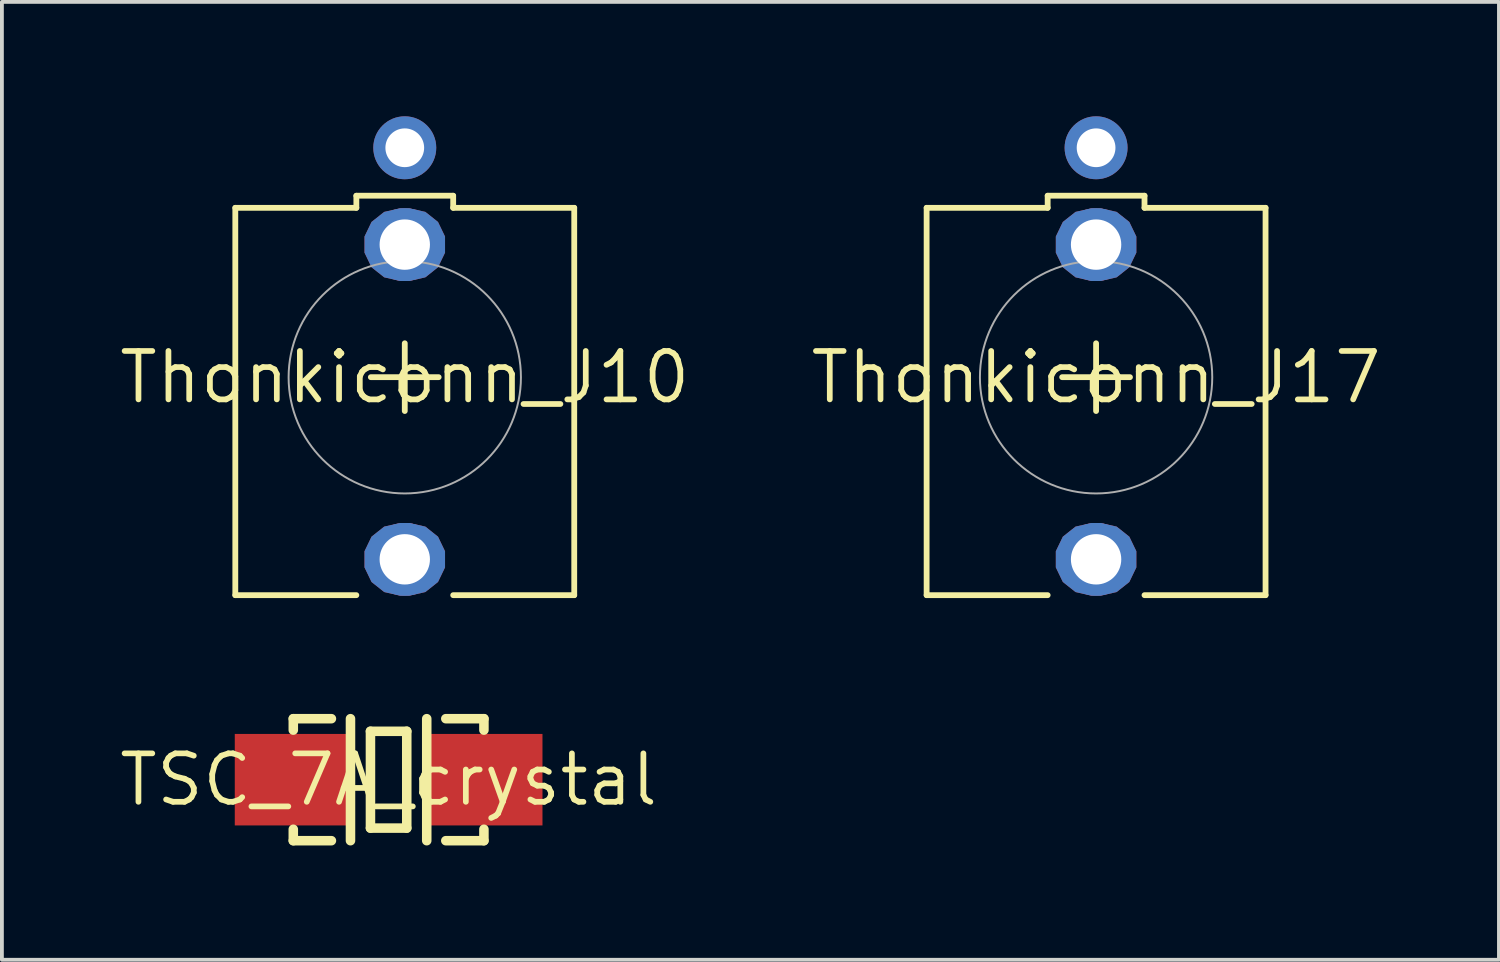
<source format=kicad_pcb>
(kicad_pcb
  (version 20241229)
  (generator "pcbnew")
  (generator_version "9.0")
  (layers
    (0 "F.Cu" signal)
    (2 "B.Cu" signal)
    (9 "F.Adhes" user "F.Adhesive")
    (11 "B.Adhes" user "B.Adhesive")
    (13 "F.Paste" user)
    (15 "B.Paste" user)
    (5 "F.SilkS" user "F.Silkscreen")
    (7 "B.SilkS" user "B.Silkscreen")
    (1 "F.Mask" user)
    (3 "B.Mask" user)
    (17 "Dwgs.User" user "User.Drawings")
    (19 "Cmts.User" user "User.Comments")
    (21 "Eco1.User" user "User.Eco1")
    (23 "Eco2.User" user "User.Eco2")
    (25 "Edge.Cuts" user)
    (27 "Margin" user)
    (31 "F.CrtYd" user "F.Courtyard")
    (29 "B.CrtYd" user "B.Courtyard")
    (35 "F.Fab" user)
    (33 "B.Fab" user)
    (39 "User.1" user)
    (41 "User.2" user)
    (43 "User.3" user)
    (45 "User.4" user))
  (footprint "Thonkiconn_J17"
    (layer "F.Cu")
    (at 25.7 6.846)
    (property "Reference" "Thonkiconn_J17" (at 0 0 0) (layer "F.SilkS") (effects (font (size 1.27 1.27) (thickness 0.15))))
    (fp_poly (pts (xy 0.54 -4.338) (xy 0.872 -4.074) (xy 1.056 -3.692) (xy 1.056 -3.268) (xy 0.872 -2.886) (xy 0.54 -2.622) (xy 0.127 -2.527) (xy -0.127 -2.527) (xy -0.54 -2.622) (xy -0.872 -2.886) (xy -1.056 -3.268) (xy -1.056 -3.692) (xy -0.872 -4.074) (xy -0.54 -4.338) (xy -0.127 -4.432) (xy 0.127 -4.432)) (stroke (width 0) (type default)) (fill yes) (layer "F.Cu"))
    (fp_poly (pts (xy 0.54 3.917) (xy 0.872 4.181) (xy 1.056 4.563) (xy 1.056 4.987) (xy 0.872 5.369) (xy 0.54 5.633) (xy 0.127 5.728) (xy -0.127 5.728) (xy -0.54 5.633) (xy -0.872 5.369) (xy -1.056 4.987) (xy -1.056 4.563) (xy -0.872 4.181) (xy -0.54 3.917) (xy -0.127 3.823) (xy 0.127 3.823)) (stroke (width 0) (type default)) (fill yes) (layer "F.Cu"))
    (fp_poly (pts (xy 0.585 -4.433) (xy 0.954 -4.14) (xy 1.158 -3.715) (xy 1.158 -3.245) (xy 0.954 -2.82) (xy 0.585 -2.527) (xy 0.138 -2.425) (xy -0.138 -2.425) (xy -0.585 -2.527) (xy -0.954 -2.82) (xy -1.158 -3.245) (xy -1.158 -3.715) (xy -0.954 -4.14) (xy -0.585 -4.433) (xy -0.138 -4.535) (xy 0.138 -4.535)) (stroke (width 0) (type default)) (fill yes) (layer "F.Mask"))
    (fp_poly (pts (xy 0.585 3.822) (xy 0.954 4.115) (xy 1.158 4.54) (xy 1.158 5.01) (xy 0.954 5.435) (xy 0.585 5.728) (xy 0.138 5.83) (xy -0.138 5.83) (xy -0.585 5.728) (xy -0.954 5.435) (xy -1.158 5.01) (xy -1.158 4.54) (xy -0.954 4.115) (xy -0.585 3.822) (xy -0.138 3.72) (xy 0.138 3.72)) (stroke (width 0) (type default)) (fill yes) (layer "F.Mask"))
    (fp_poly (pts (xy 0.54 -4.338) (xy 0.872 -4.074) (xy 1.056 -3.692) (xy 1.056 -3.268) (xy 0.872 -2.886) (xy 0.54 -2.622) (xy 0.127 -2.527) (xy -0.127 -2.527) (xy -0.54 -2.622) (xy -0.872 -2.886) (xy -1.056 -3.268) (xy -1.056 -3.692) (xy -0.872 -4.074) (xy -0.54 -4.338) (xy -0.127 -4.432) (xy 0.127 -4.432)) (stroke (width 0) (type default)) (fill yes) (layer "B.Cu"))
    (fp_poly (pts (xy 0.54 3.917) (xy 0.872 4.181) (xy 1.056 4.563) (xy 1.056 4.987) (xy 0.872 5.369) (xy 0.54 5.633) (xy 0.127 5.728) (xy -0.127 5.728) (xy -0.54 5.633) (xy -0.872 5.369) (xy -1.056 4.987) (xy -1.056 4.563) (xy -0.872 4.181) (xy -0.54 3.917) (xy -0.127 3.823) (xy 0.127 3.823)) (stroke (width 0) (type default)) (fill yes) (layer "B.Cu"))
    (fp_poly (pts (xy 0.585 -4.433) (xy 0.954 -4.14) (xy 1.158 -3.715) (xy 1.158 -3.245) (xy 0.954 -2.82) (xy 0.585 -2.527) (xy 0.138 -2.425) (xy -0.138 -2.425) (xy -0.585 -2.527) (xy -0.954 -2.82) (xy -1.158 -3.245) (xy -1.158 -3.715) (xy -0.954 -4.14) (xy -0.585 -4.433) (xy -0.138 -4.535) (xy 0.138 -4.535)) (stroke (width 0) (type default)) (fill yes) (layer "B.Mask"))
    (fp_poly (pts (xy 0.585 3.822) (xy 0.954 4.115) (xy 1.158 4.54) (xy 1.158 5.01) (xy 0.954 5.435) (xy 0.585 5.728) (xy 0.138 5.83) (xy -0.138 5.83) (xy -0.585 5.728) (xy -0.954 5.435) (xy -1.158 5.01) (xy -1.158 4.54) (xy -0.954 4.115) (xy -0.585 3.822) (xy -0.138 3.72) (xy 0.138 3.72)) (stroke (width 0) (type default)) (fill yes) (layer "B.Mask"))
    (fp_line (start -4.445 -4.445) (end -4.445 5.715) (stroke (width 0.152) (type solid)) (layer "F.SilkS"))
    (fp_line (start -1.27 -4.762) (end 1.27 -4.762) (stroke (width 0.152) (type solid)) (layer "F.SilkS"))
    (fp_line (start -1.27 -4.445) (end -4.445 -4.445) (stroke (width 0.152) (type solid)) (layer "F.SilkS"))
    (fp_line (start -1.27 -4.445) (end -1.27 -4.762) (stroke (width 0.152) (type solid)) (layer "F.SilkS"))
    (fp_line (start -1.27 5.715) (end -4.445 5.715) (stroke (width 0.152) (type solid)) (layer "F.SilkS"))
    (fp_line (start -0.89 -0.003) (end 0.889 -0.003) (stroke (width 0.152) (type solid)) (layer "F.SilkS"))
    (fp_line (start 0 0.885) (end 0 -0.892) (stroke (width 0.152) (type solid)) (layer "F.SilkS"))
    (fp_line (start 1.27 -4.762) (end 1.27 -4.445) (stroke (width 0.152) (type solid)) (layer "F.SilkS"))
    (fp_line (start 1.27 -4.445) (end 4.445 -4.445) (stroke (width 0.152) (type solid)) (layer "F.SilkS"))
    (fp_line (start 1.27 5.715) (end 4.445 5.715) (stroke (width 0.152) (type solid)) (layer "F.SilkS"))
    (fp_line (start 4.445 5.715) (end 4.445 -4.445) (stroke (width 0.152) (type solid)) (layer "F.SilkS"))
    (fp_circle (center 0 0) (end 3.047 0) (stroke (width 0.051) (type solid)) (fill no) (layer "F.Fab"))
    (pad "1" thru_hole circle (at 0 -3.48) (size 1.905 1.905) (drill 1.321) (layers "*.Cu"))
    (pad "2" thru_hole circle (at 0 4.775) (size 1.905 1.905) (drill 1.321) (layers "*.Cu"))
    (pad "3" thru_hole circle (at 0 -6.02) (size 1.651 1.651) (drill 1.016) (layers "*.Cu" "*.Mask"))
    (zone (net_name "") (layer "F.Cu") (hatch edge 0.5) (connect_pads) (min_thickness 0.25) (filled_areas_thickness no) (keepout (tracks not_allowed) (vias not_allowed) (pads not_allowed) (copperpour not_allowed) (footprints allowed)) (placement (enabled no)) (fill) (polygon (pts (xy 26.942 6.845) (xy 26.922 6.623) (xy 26.863 6.408) (xy 26.767 6.207) (xy 26.636 6.027) (xy 26.475 5.873) (xy 26.289 5.751) (xy 26.084 5.663) (xy 25.867 5.614) (xy 25.645 5.604) (xy 25.424 5.634) (xy 25.212 5.702) (xy 25.016 5.808) (xy 24.842 5.947) (xy 24.696 6.114) (xy 24.581 6.306) (xy 24.503 6.514) (xy 24.463 6.733) (xy 24.463 6.956) (xy 24.503 7.175) (xy 24.581 7.383) (xy 24.696 7.575) (xy 24.842 7.742) (xy 25.016 7.881) (xy 25.212 7.987) (xy 25.424 8.055) (xy 25.645 8.085) (xy 25.867 8.075) (xy 26.084 8.026) (xy 26.289 7.938) (xy 26.475 7.816) (xy 26.636 7.662) (xy 26.767 7.482) (xy 26.863 7.281) (xy 26.922 7.066))) (polygon (pts (xy 26.692 6.845) (xy 26.672 6.645) (xy 26.612 6.453) (xy 26.515 6.278) (xy 26.384 6.126) (xy 26.225 6.003) (xy 26.045 5.914) (xy 25.851 5.864) (xy 25.65 5.854) (xy 25.452 5.884) (xy 25.264 5.954) (xy 25.093 6.06) (xy 24.948 6.198) (xy 24.833 6.363) (xy 24.754 6.548) (xy 24.714 6.744) (xy 24.714 6.945) (xy 24.754 7.141) (xy 24.833 7.326) (xy 24.948 7.491) (xy 25.093 7.629) (xy 25.264 7.735) (xy 25.452 7.805) (xy 25.65 7.835) (xy 25.851 7.825) (xy 26.045 7.775) (xy 26.225 7.686) (xy 26.384 7.563) (xy 26.515 7.411) (xy 26.612 7.236) (xy 26.672 7.044)))))
  (footprint "TSC_7A_crystal"
    (layer "F.Cu")
    (at 7.143 17.401)
    (property "Reference" "TSC_7A_crystal" (at 0 0 0) (layer "F.SilkS") (effects (font (size 1.27 1.27) (thickness 0.15))))
    (fp_line (start -2.5 -1.6) (end -2.5 -1.3) (stroke (width 0.25) (type solid)) (layer "F.SilkS"))
    (fp_line (start -2.5 -1.6) (end -1.5 -1.6) (stroke (width 0.25) (type solid)) (layer "F.SilkS"))
    (fp_line (start -2.5 1.6) (end -2.5 1.3) (stroke (width 0.25) (type solid)) (layer "F.SilkS"))
    (fp_line (start -1.5 1.6) (end -2.5 1.6) (stroke (width 0.25) (type solid)) (layer "F.SilkS"))
    (fp_line (start -1 -1.6) (end -1 1.6) (stroke (width 0.25) (type solid)) (layer "F.SilkS"))
    (fp_line (start -0.476 -1.27) (end -0.476 1.27) (stroke (width 0.25) (type solid)) (layer "F.SilkS"))
    (fp_line (start -0.476 -1.27) (end 0.476 -1.27) (stroke (width 0.25) (type solid)) (layer "F.SilkS"))
    (fp_line (start -0.476 1.27) (end 0.476 1.27) (stroke (width 0.25) (type solid)) (layer "F.SilkS"))
    (fp_line (start 0.476 1.27) (end 0.476 -1.27) (stroke (width 0.25) (type solid)) (layer "F.SilkS"))
    (fp_line (start 1 -1.6) (end 1 1.6) (stroke (width 0.25) (type solid)) (layer "F.SilkS"))
    (fp_line (start 1.5 1.6) (end 2.5 1.6) (stroke (width 0.25) (type solid)) (layer "F.SilkS"))
    (fp_line (start 2.5 -1.6) (end 1.5 -1.6) (stroke (width 0.25) (type solid)) (layer "F.SilkS"))
    (fp_line (start 2.5 -1.6) (end 2.5 -1.3) (stroke (width 0.25) (type solid)) (layer "F.SilkS"))
    (fp_line (start 2.5 1.6) (end 2.5 1.3) (stroke (width 0.25) (type solid)) (layer "F.SilkS"))
    (pad "1" smd rect (at 2.536 0) (size 3 2.4) (layers "F.Cu" "F.Mask" "F.Paste"))
    (pad "2" smd rect (at -2.535 0) (size 3 2.4) (layers "F.Cu" "F.Mask" "F.Paste")))
  (footprint "Thonkiconn_J10"
    (layer "F.Cu")
    (at 7.567 6.846)
    (property "Reference" "Thonkiconn_J10" (at 0 0 0) (layer "F.SilkS") (effects (font (size 1.27 1.27) (thickness 0.15))))
    (fp_poly (pts (xy 0.54 -4.338) (xy 0.872 -4.074) (xy 1.056 -3.692) (xy 1.056 -3.268) (xy 0.872 -2.886) (xy 0.54 -2.622) (xy 0.127 -2.527) (xy -0.127 -2.527) (xy -0.54 -2.622) (xy -0.872 -2.886) (xy -1.056 -3.268) (xy -1.056 -3.692) (xy -0.872 -4.074) (xy -0.54 -4.338) (xy -0.127 -4.432) (xy 0.127 -4.432)) (stroke (width 0) (type default)) (fill yes) (layer "F.Cu"))
    (fp_poly (pts (xy 0.54 3.917) (xy 0.872 4.181) (xy 1.056 4.563) (xy 1.056 4.987) (xy 0.872 5.369) (xy 0.54 5.633) (xy 0.127 5.728) (xy -0.127 5.728) (xy -0.54 5.633) (xy -0.872 5.369) (xy -1.056 4.987) (xy -1.056 4.563) (xy -0.872 4.181) (xy -0.54 3.917) (xy -0.127 3.823) (xy 0.127 3.823)) (stroke (width 0) (type default)) (fill yes) (layer "F.Cu"))
    (fp_poly (pts (xy 0.585 -4.433) (xy 0.954 -4.14) (xy 1.158 -3.715) (xy 1.158 -3.245) (xy 0.954 -2.82) (xy 0.585 -2.527) (xy 0.138 -2.425) (xy -0.138 -2.425) (xy -0.585 -2.527) (xy -0.954 -2.82) (xy -1.158 -3.245) (xy -1.158 -3.715) (xy -0.954 -4.14) (xy -0.585 -4.433) (xy -0.138 -4.535) (xy 0.138 -4.535)) (stroke (width 0) (type default)) (fill yes) (layer "F.Mask"))
    (fp_poly (pts (xy 0.585 3.822) (xy 0.954 4.115) (xy 1.158 4.54) (xy 1.158 5.01) (xy 0.954 5.435) (xy 0.585 5.728) (xy 0.138 5.83) (xy -0.138 5.83) (xy -0.585 5.728) (xy -0.954 5.435) (xy -1.158 5.01) (xy -1.158 4.54) (xy -0.954 4.115) (xy -0.585 3.822) (xy -0.138 3.72) (xy 0.138 3.72)) (stroke (width 0) (type default)) (fill yes) (layer "F.Mask"))
    (fp_poly (pts (xy 0.54 -4.338) (xy 0.872 -4.074) (xy 1.056 -3.692) (xy 1.056 -3.268) (xy 0.872 -2.886) (xy 0.54 -2.622) (xy 0.127 -2.527) (xy -0.127 -2.527) (xy -0.54 -2.622) (xy -0.872 -2.886) (xy -1.056 -3.268) (xy -1.056 -3.692) (xy -0.872 -4.074) (xy -0.54 -4.338) (xy -0.127 -4.432) (xy 0.127 -4.432)) (stroke (width 0) (type default)) (fill yes) (layer "B.Cu"))
    (fp_poly (pts (xy 0.54 3.917) (xy 0.872 4.181) (xy 1.056 4.563) (xy 1.056 4.987) (xy 0.872 5.369) (xy 0.54 5.633) (xy 0.127 5.728) (xy -0.127 5.728) (xy -0.54 5.633) (xy -0.872 5.369) (xy -1.056 4.987) (xy -1.056 4.563) (xy -0.872 4.181) (xy -0.54 3.917) (xy -0.127 3.823) (xy 0.127 3.823)) (stroke (width 0) (type default)) (fill yes) (layer "B.Cu"))
    (fp_poly (pts (xy 0.585 -4.433) (xy 0.954 -4.14) (xy 1.158 -3.715) (xy 1.158 -3.245) (xy 0.954 -2.82) (xy 0.585 -2.527) (xy 0.138 -2.425) (xy -0.138 -2.425) (xy -0.585 -2.527) (xy -0.954 -2.82) (xy -1.158 -3.245) (xy -1.158 -3.715) (xy -0.954 -4.14) (xy -0.585 -4.433) (xy -0.138 -4.535) (xy 0.138 -4.535)) (stroke (width 0) (type default)) (fill yes) (layer "B.Mask"))
    (fp_poly (pts (xy 0.585 3.822) (xy 0.954 4.115) (xy 1.158 4.54) (xy 1.158 5.01) (xy 0.954 5.435) (xy 0.585 5.728) (xy 0.138 5.83) (xy -0.138 5.83) (xy -0.585 5.728) (xy -0.954 5.435) (xy -1.158 5.01) (xy -1.158 4.54) (xy -0.954 4.115) (xy -0.585 3.822) (xy -0.138 3.72) (xy 0.138 3.72)) (stroke (width 0) (type default)) (fill yes) (layer "B.Mask"))
    (fp_line (start -4.445 -4.445) (end -4.445 5.715) (stroke (width 0.152) (type solid)) (layer "F.SilkS"))
    (fp_line (start -1.27 -4.762) (end 1.27 -4.762) (stroke (width 0.152) (type solid)) (layer "F.SilkS"))
    (fp_line (start -1.27 -4.445) (end -4.445 -4.445) (stroke (width 0.152) (type solid)) (layer "F.SilkS"))
    (fp_line (start -1.27 -4.445) (end -1.27 -4.762) (stroke (width 0.152) (type solid)) (layer "F.SilkS"))
    (fp_line (start -1.27 5.715) (end -4.445 5.715) (stroke (width 0.152) (type solid)) (layer "F.SilkS"))
    (fp_line (start -0.89 -0.003) (end 0.889 -0.003) (stroke (width 0.152) (type solid)) (layer "F.SilkS"))
    (fp_line (start 0 0.885) (end 0 -0.892) (stroke (width 0.152) (type solid)) (layer "F.SilkS"))
    (fp_line (start 1.27 -4.762) (end 1.27 -4.445) (stroke (width 0.152) (type solid)) (layer "F.SilkS"))
    (fp_line (start 1.27 -4.445) (end 4.445 -4.445) (stroke (width 0.152) (type solid)) (layer "F.SilkS"))
    (fp_line (start 1.27 5.715) (end 4.445 5.715) (stroke (width 0.152) (type solid)) (layer "F.SilkS"))
    (fp_line (start 4.445 5.715) (end 4.445 -4.445) (stroke (width 0.152) (type solid)) (layer "F.SilkS"))
    (fp_circle (center 0 0) (end 3.047 0) (stroke (width 0.051) (type solid)) (fill no) (layer "F.Fab"))
    (pad "1" thru_hole circle (at 0 -3.48) (size 1.905 1.905) (drill 1.321) (layers "*.Cu"))
    (pad "2" thru_hole circle (at 0 4.775) (size 1.905 1.905) (drill 1.321) (layers "*.Cu"))
    (pad "3" thru_hole circle (at 0 -6.02) (size 1.651 1.651) (drill 1.016) (layers "*.Cu" "*.Mask"))
    (zone (net_name "") (layer "F.Cu") (hatch edge 0.5) (connect_pads) (min_thickness 0.25) (filled_areas_thickness no) (keepout (tracks not_allowed) (vias not_allowed) (pads not_allowed) (copperpour not_allowed) (footprints allowed)) (placement (enabled no)) (fill) (polygon (pts (xy 8.81 6.845) (xy 8.79 6.623) (xy 8.731 6.408) (xy 8.634 6.207) (xy 8.503 6.027) (xy 8.342 5.873) (xy 8.156 5.75) (xy 7.951 5.662) (xy 7.734 5.613) (xy 7.511 5.603) (xy 7.29 5.633) (xy 7.078 5.702) (xy 6.882 5.807) (xy 6.708 5.946) (xy 6.561 6.114) (xy 6.447 6.305) (xy 6.369 6.514) (xy 6.329 6.733) (xy 6.329 6.956) (xy 6.369 7.175) (xy 6.447 7.384) (xy 6.561 7.575) (xy 6.708 7.743) (xy 6.882 7.882) (xy 7.078 7.987) (xy 7.29 8.056) (xy 7.511 8.086) (xy 7.734 8.076) (xy 7.951 8.027) (xy 8.156 7.939) (xy 8.342 7.816) (xy 8.503 7.662) (xy 8.634 7.482) (xy 8.731 7.281) (xy 8.79 7.066))) (polygon (pts (xy 8.56 6.845) (xy 8.539 6.645) (xy 8.479 6.453) (xy 8.382 6.277) (xy 8.251 6.125) (xy 8.092 6.002) (xy 7.912 5.913) (xy 7.717 5.863) (xy 7.517 5.853) (xy 7.318 5.883) (xy 7.129 5.953) (xy 6.959 6.059) (xy 6.813 6.198) (xy 6.699 6.363) (xy 6.619 6.547) (xy 6.579 6.744) (xy 6.579 6.945) (xy 6.619 7.142) (xy 6.699 7.326) (xy 6.813 7.491) (xy 6.959 7.63) (xy 7.129 7.736) (xy 7.318 7.806) (xy 7.517 7.836) (xy 7.717 7.826) (xy 7.912 7.776) (xy 8.092 7.687) (xy 8.251 7.564) (xy 8.382 7.412) (xy 8.479 7.236) (xy 8.539 7.044)))))
  (gr_rect
    (start -3 -3)
    (end 36.267 22.125)
    (stroke (width 0.1) (type default))
    (fill no)
    (layer "Edge.Cuts")))
</source>
